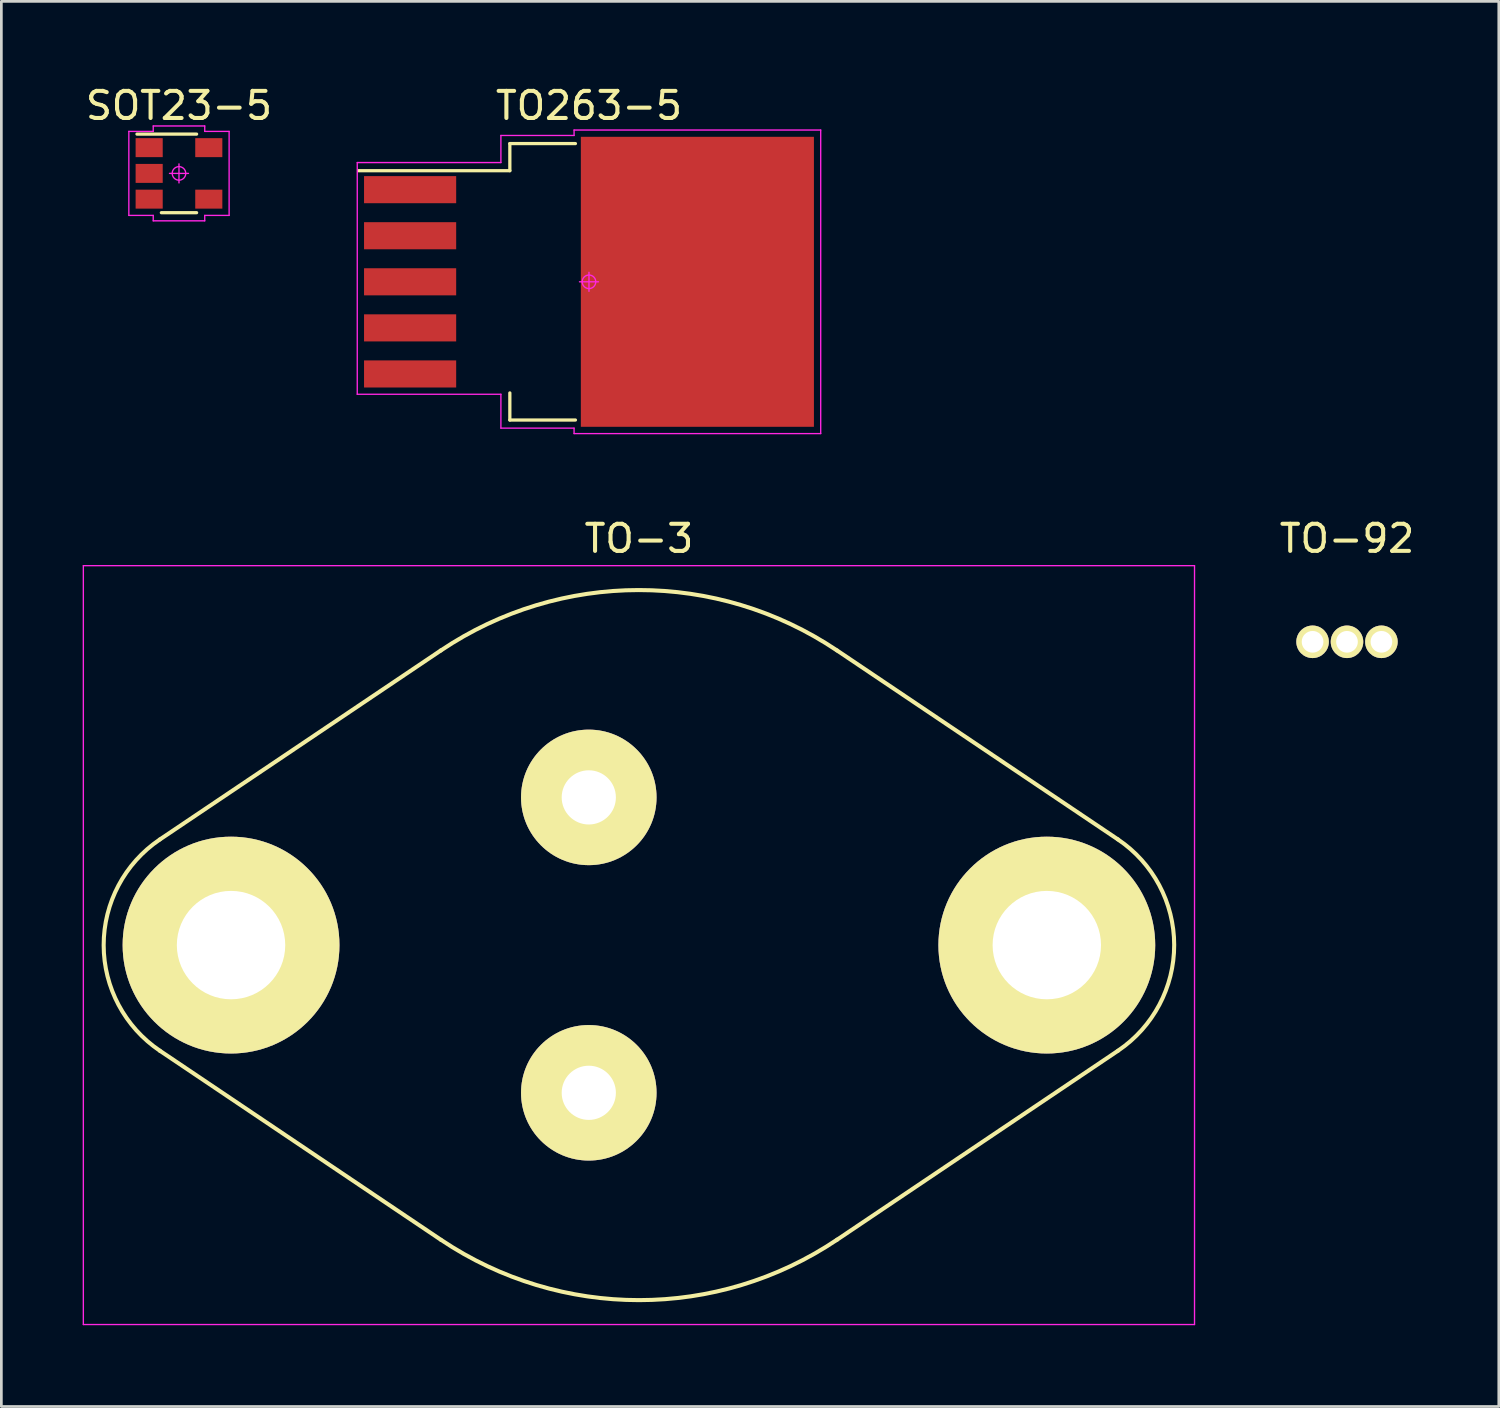
<source format=kicad_pcb>
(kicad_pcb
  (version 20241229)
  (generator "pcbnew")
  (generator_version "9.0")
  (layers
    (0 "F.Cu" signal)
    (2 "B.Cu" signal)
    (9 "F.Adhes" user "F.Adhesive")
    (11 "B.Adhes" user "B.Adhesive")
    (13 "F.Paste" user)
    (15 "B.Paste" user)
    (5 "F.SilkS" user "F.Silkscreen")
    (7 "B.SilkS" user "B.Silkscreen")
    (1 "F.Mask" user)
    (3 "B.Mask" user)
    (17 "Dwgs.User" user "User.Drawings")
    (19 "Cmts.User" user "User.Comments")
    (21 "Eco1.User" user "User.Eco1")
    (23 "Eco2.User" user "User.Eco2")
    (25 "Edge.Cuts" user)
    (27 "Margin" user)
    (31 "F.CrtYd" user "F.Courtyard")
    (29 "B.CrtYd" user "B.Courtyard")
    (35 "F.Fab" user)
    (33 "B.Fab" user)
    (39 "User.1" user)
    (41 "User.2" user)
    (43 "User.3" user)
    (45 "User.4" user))
  (footprint "SOT23-5"
    (layer "F.Cu")
    (at 3.554 3.348)
    (property "Reference" "SOT23-5" (at 0 -2.5 0) (layer "F.SilkS") (effects (font (size 1 1) (thickness 0.15))))
    (attr through_hole)
    (fp_line (start 0.65 -1.45) (end -1.55 -1.45) (stroke (width 0.12) (type solid)) (layer "F.SilkS"))
    (fp_line (start 0.65 1.45) (end -0.65 1.45) (stroke (width 0.12) (type solid)) (layer "F.SilkS"))
    (fp_line (start -1.85 -1.55) (end -0.95 -1.55) (stroke (width 0.05) (type solid)) (layer "F.CrtYd"))
    (fp_line (start -1.85 1.55) (end -1.85 -1.55) (stroke (width 0.05) (type solid)) (layer "F.CrtYd"))
    (fp_line (start -0.95 -1.75) (end 0.95 -1.75) (stroke (width 0.05) (type solid)) (layer "F.CrtYd"))
    (fp_line (start -0.95 -1.55) (end -0.95 -1.75) (stroke (width 0.05) (type solid)) (layer "F.CrtYd"))
    (fp_line (start -0.95 1.55) (end -1.85 1.55) (stroke (width 0.05) (type solid)) (layer "F.CrtYd"))
    (fp_line (start -0.95 1.75) (end -0.95 1.55) (stroke (width 0.05) (type solid)) (layer "F.CrtYd"))
    (fp_line (start -0.35 0) (end 0.35 0) (stroke (width 0.05) (type solid)) (layer "F.CrtYd"))
    (fp_line (start 0 -0.35) (end 0 0.35) (stroke (width 0.05) (type solid)) (layer "F.CrtYd"))
    (fp_line (start 0.95 -1.75) (end 0.95 -1.55) (stroke (width 0.05) (type solid)) (layer "F.CrtYd"))
    (fp_line (start 0.95 -1.55) (end 1.85 -1.55) (stroke (width 0.05) (type solid)) (layer "F.CrtYd"))
    (fp_line (start 0.95 1.55) (end 0.95 1.75) (stroke (width 0.05) (type solid)) (layer "F.CrtYd"))
    (fp_line (start 0.95 1.75) (end -0.95 1.75) (stroke (width 0.05) (type solid)) (layer "F.CrtYd"))
    (fp_line (start 1.85 -1.55) (end 1.85 1.55) (stroke (width 0.05) (type solid)) (layer "F.CrtYd"))
    (fp_line (start 1.85 1.55) (end 0.95 1.55) (stroke (width 0.05) (type solid)) (layer "F.CrtYd"))
    (fp_circle (center 0 0) (end 0.25 0) (stroke (width 0.05) (type solid)) (fill no) (layer "F.CrtYd"))
    (pad "1" smd rect (at -1.1 -0.95) (size 1 0.7) (layers "F.Cu" "F.Mask" "F.Paste"))
    (pad "2" smd rect (at -1.1 0) (size 1 0.7) (layers "F.Cu" "F.Mask" "F.Paste"))
    (pad "3" smd rect (at -1.1 0.95) (size 1 0.7) (layers "F.Cu" "F.Mask" "F.Paste"))
    (pad "4" smd rect (at 1.1 0.95) (size 1 0.7) (layers "F.Cu" "F.Mask" "F.Paste"))
    (pad "5" smd rect (at 1.1 -0.95) (size 1 0.7) (layers "F.Cu" "F.Mask" "F.Paste")))
  (footprint "TO-92"
    (layer "F.Cu")
    (at 46.651 20.631)
    (property "Reference" "TO-92" (at 0 -3.81 0) (layer "F.SilkS") (effects (font (size 1 1) (thickness 0.15))))
    (attr through_hole)
    (pad "1" thru_hole circle (at -1.27 0) (size 1.2 1.2) (drill 0.8) (layers "*.Cu" "*.Mask" "F.SilkS"))
    (pad "2" thru_hole circle (at 0 0) (size 1.2 1.2) (drill 0.8) (layers "*.Cu" "*.Mask" "F.SilkS"))
    (pad "3" thru_hole circle (at 1.27 0) (size 1.2 1.2) (drill 0.8) (layers "*.Cu" "*.Mask" "F.SilkS")))
  (footprint "TO-3"
    (layer "F.Cu")
    (at 20.525 31.822)
    (property "Reference" "TO-3" (at 0 -15 0) (layer "F.SilkS") (effects (font (size 1 1) (thickness 0.15))))
    (attr through_hole)
    (fp_line (start -17.673 -3.9) (end -7.312 -10.87) (stroke (width 0.15) (type solid)) (layer "F.SilkS"))
    (fp_line (start -17.673 3.9) (end -7.312 10.87) (stroke (width 0.15) (type solid)) (layer "F.SilkS"))
    (fp_line (start 7.312 -10.87) (end 17.673 -3.9) (stroke (width 0.15) (type solid)) (layer "F.SilkS"))
    (fp_line (start 17.673 3.9) (end 7.312 10.87) (stroke (width 0.15) (type solid)) (layer "F.SilkS"))
    (fp_arc (start -17.6733 3.8998) (mid -19.750011 0.005926) (end -17.683126 -3.893172) (stroke (width 0.15) (type solid)) (layer "F.SilkS"))
    (fp_arc (start -7.3113 -10.8697) (mid -0.005947 -13.099826) (end 7.301428 -10.876334) (stroke (width 0.15) (type solid)) (layer "F.SilkS"))
    (fp_arc (start 7.3113 10.8697) (mid 0.005947 13.099826) (end -7.301428 10.876334) (stroke (width 0.15) (type solid)) (layer "F.SilkS"))
    (fp_arc (start 17.6733 -3.8998) (mid 19.750011 -0.005926) (end 17.683126 3.893172) (stroke (width 0.15) (type solid)) (layer "F.SilkS"))
    (fp_line (start -20.5 -14) (end 20.5 -14) (stroke (width 0.05) (type solid)) (layer "F.CrtYd"))
    (fp_line (start -20.5 14) (end -20.5 -14) (stroke (width 0.05) (type solid)) (layer "F.CrtYd"))
    (fp_line (start 20.5 -14) (end 20.5 14) (stroke (width 0.05) (type solid)) (layer "F.CrtYd"))
    (fp_line (start 20.5 14) (end -20.5 14) (stroke (width 0.05) (type solid)) (layer "F.CrtYd"))
    (pad "1" thru_hole circle (at -1.85 -5.45) (size 5 5) (drill 2) (layers "*.Cu" "*.Mask" "F.SilkS"))
    (pad "2" thru_hole circle (at -1.85 5.45) (size 5 5) (drill 2) (layers "*.Cu" "*.Mask" "F.SilkS"))
    (pad "3" thru_hole circle (at -15.05 0) (size 8 8) (drill 4) (layers "*.Cu" "*.Mask" "F.SilkS"))
    (pad "3" thru_hole circle (at 15.05 0) (size 8 8) (drill 4) (layers "*.Cu" "*.Mask" "F.SilkS")))
  (footprint "TO263-5"
    (layer "F.Cu")
    (at 18.682 7.348)
    (property "Reference" "TO263-5" (at 0 -6.5 0) (layer "F.SilkS") (effects (font (size 1 1) (thickness 0.15))))
    (attr through_hole)
    (fp_line (start -8.5 -4.1) (end -2.92 -4.1) (stroke (width 0.12) (type solid)) (layer "F.SilkS"))
    (fp_line (start -2.92 -5.1) (end -2.92 -4.1) (stroke (width 0.12) (type solid)) (layer "F.SilkS"))
    (fp_line (start -2.92 4.1) (end -2.92 5.1) (stroke (width 0.12) (type solid)) (layer "F.SilkS"))
    (fp_line (start -0.5 -5.1) (end -2.92 -5.1) (stroke (width 0.12) (type solid)) (layer "F.SilkS"))
    (fp_line (start -0.5 5.1) (end -2.92 5.1) (stroke (width 0.12) (type solid)) (layer "F.SilkS"))
    (fp_line (start -8.55 -4.4) (end -3.25 -4.4) (stroke (width 0.05) (type solid)) (layer "F.CrtYd"))
    (fp_line (start -8.55 4.15) (end -8.55 -4.4) (stroke (width 0.05) (type solid)) (layer "F.CrtYd"))
    (fp_line (start -3.25 -5.4) (end -0.55 -5.4) (stroke (width 0.05) (type solid)) (layer "F.CrtYd"))
    (fp_line (start -3.25 -4.4) (end -3.25 -5.4) (stroke (width 0.05) (type solid)) (layer "F.CrtYd"))
    (fp_line (start -3.25 4.15) (end -8.55 4.15) (stroke (width 0.05) (type solid)) (layer "F.CrtYd"))
    (fp_line (start -3.25 5.4) (end -3.25 4.15) (stroke (width 0.05) (type solid)) (layer "F.CrtYd"))
    (fp_line (start -0.55 -5.6) (end 8.55 -5.6) (stroke (width 0.05) (type solid)) (layer "F.CrtYd"))
    (fp_line (start -0.55 -5.4) (end -0.55 -5.6) (stroke (width 0.05) (type solid)) (layer "F.CrtYd"))
    (fp_line (start -0.55 5.4) (end -3.25 5.4) (stroke (width 0.05) (type solid)) (layer "F.CrtYd"))
    (fp_line (start -0.55 5.6) (end -0.55 5.4) (stroke (width 0.05) (type solid)) (layer "F.CrtYd"))
    (fp_line (start -0.35 0) (end 0.35 0) (stroke (width 0.05) (type solid)) (layer "F.CrtYd"))
    (fp_line (start 0 -0.35) (end 0 0.35) (stroke (width 0.05) (type solid)) (layer "F.CrtYd"))
    (fp_line (start 8.55 -5.6) (end 8.55 5.6) (stroke (width 0.05) (type solid)) (layer "F.CrtYd"))
    (fp_line (start 8.55 5.6) (end -0.55 5.6) (stroke (width 0.05) (type solid)) (layer "F.CrtYd"))
    (fp_circle (center 0 0) (end 0.25 0) (stroke (width 0.05) (type solid)) (fill no) (layer "F.CrtYd"))
    (pad "1" smd rect (at -6.6 -3.4) (size 3.4 1) (layers "F.Cu" "F.Mask" "F.Paste"))
    (pad "2" smd rect (at -6.6 -1.7) (size 3.4 1) (layers "F.Cu" "F.Mask" "F.Paste"))
    (pad "3" smd rect (at -6.6 0) (size 3.4 1) (layers "F.Cu" "F.Mask" "F.Paste"))
    (pad "4" smd rect (at -6.6 1.7) (size 3.4 1) (layers "F.Cu" "F.Mask" "F.Paste"))
    (pad "5" smd rect (at -6.6 3.4) (size 3.4 1) (layers "F.Cu" "F.Mask" "F.Paste"))
    (pad "6" smd rect (at 4 0) (size 8.6 10.7) (layers "F.Cu" "F.Mask" "F.Paste")))
  (gr_rect
    (start -3 -3)
    (end 52.252 48.846)
    (stroke (width 0.1) (type default))
    (fill no)
    (layer "Edge.Cuts")))
</source>
